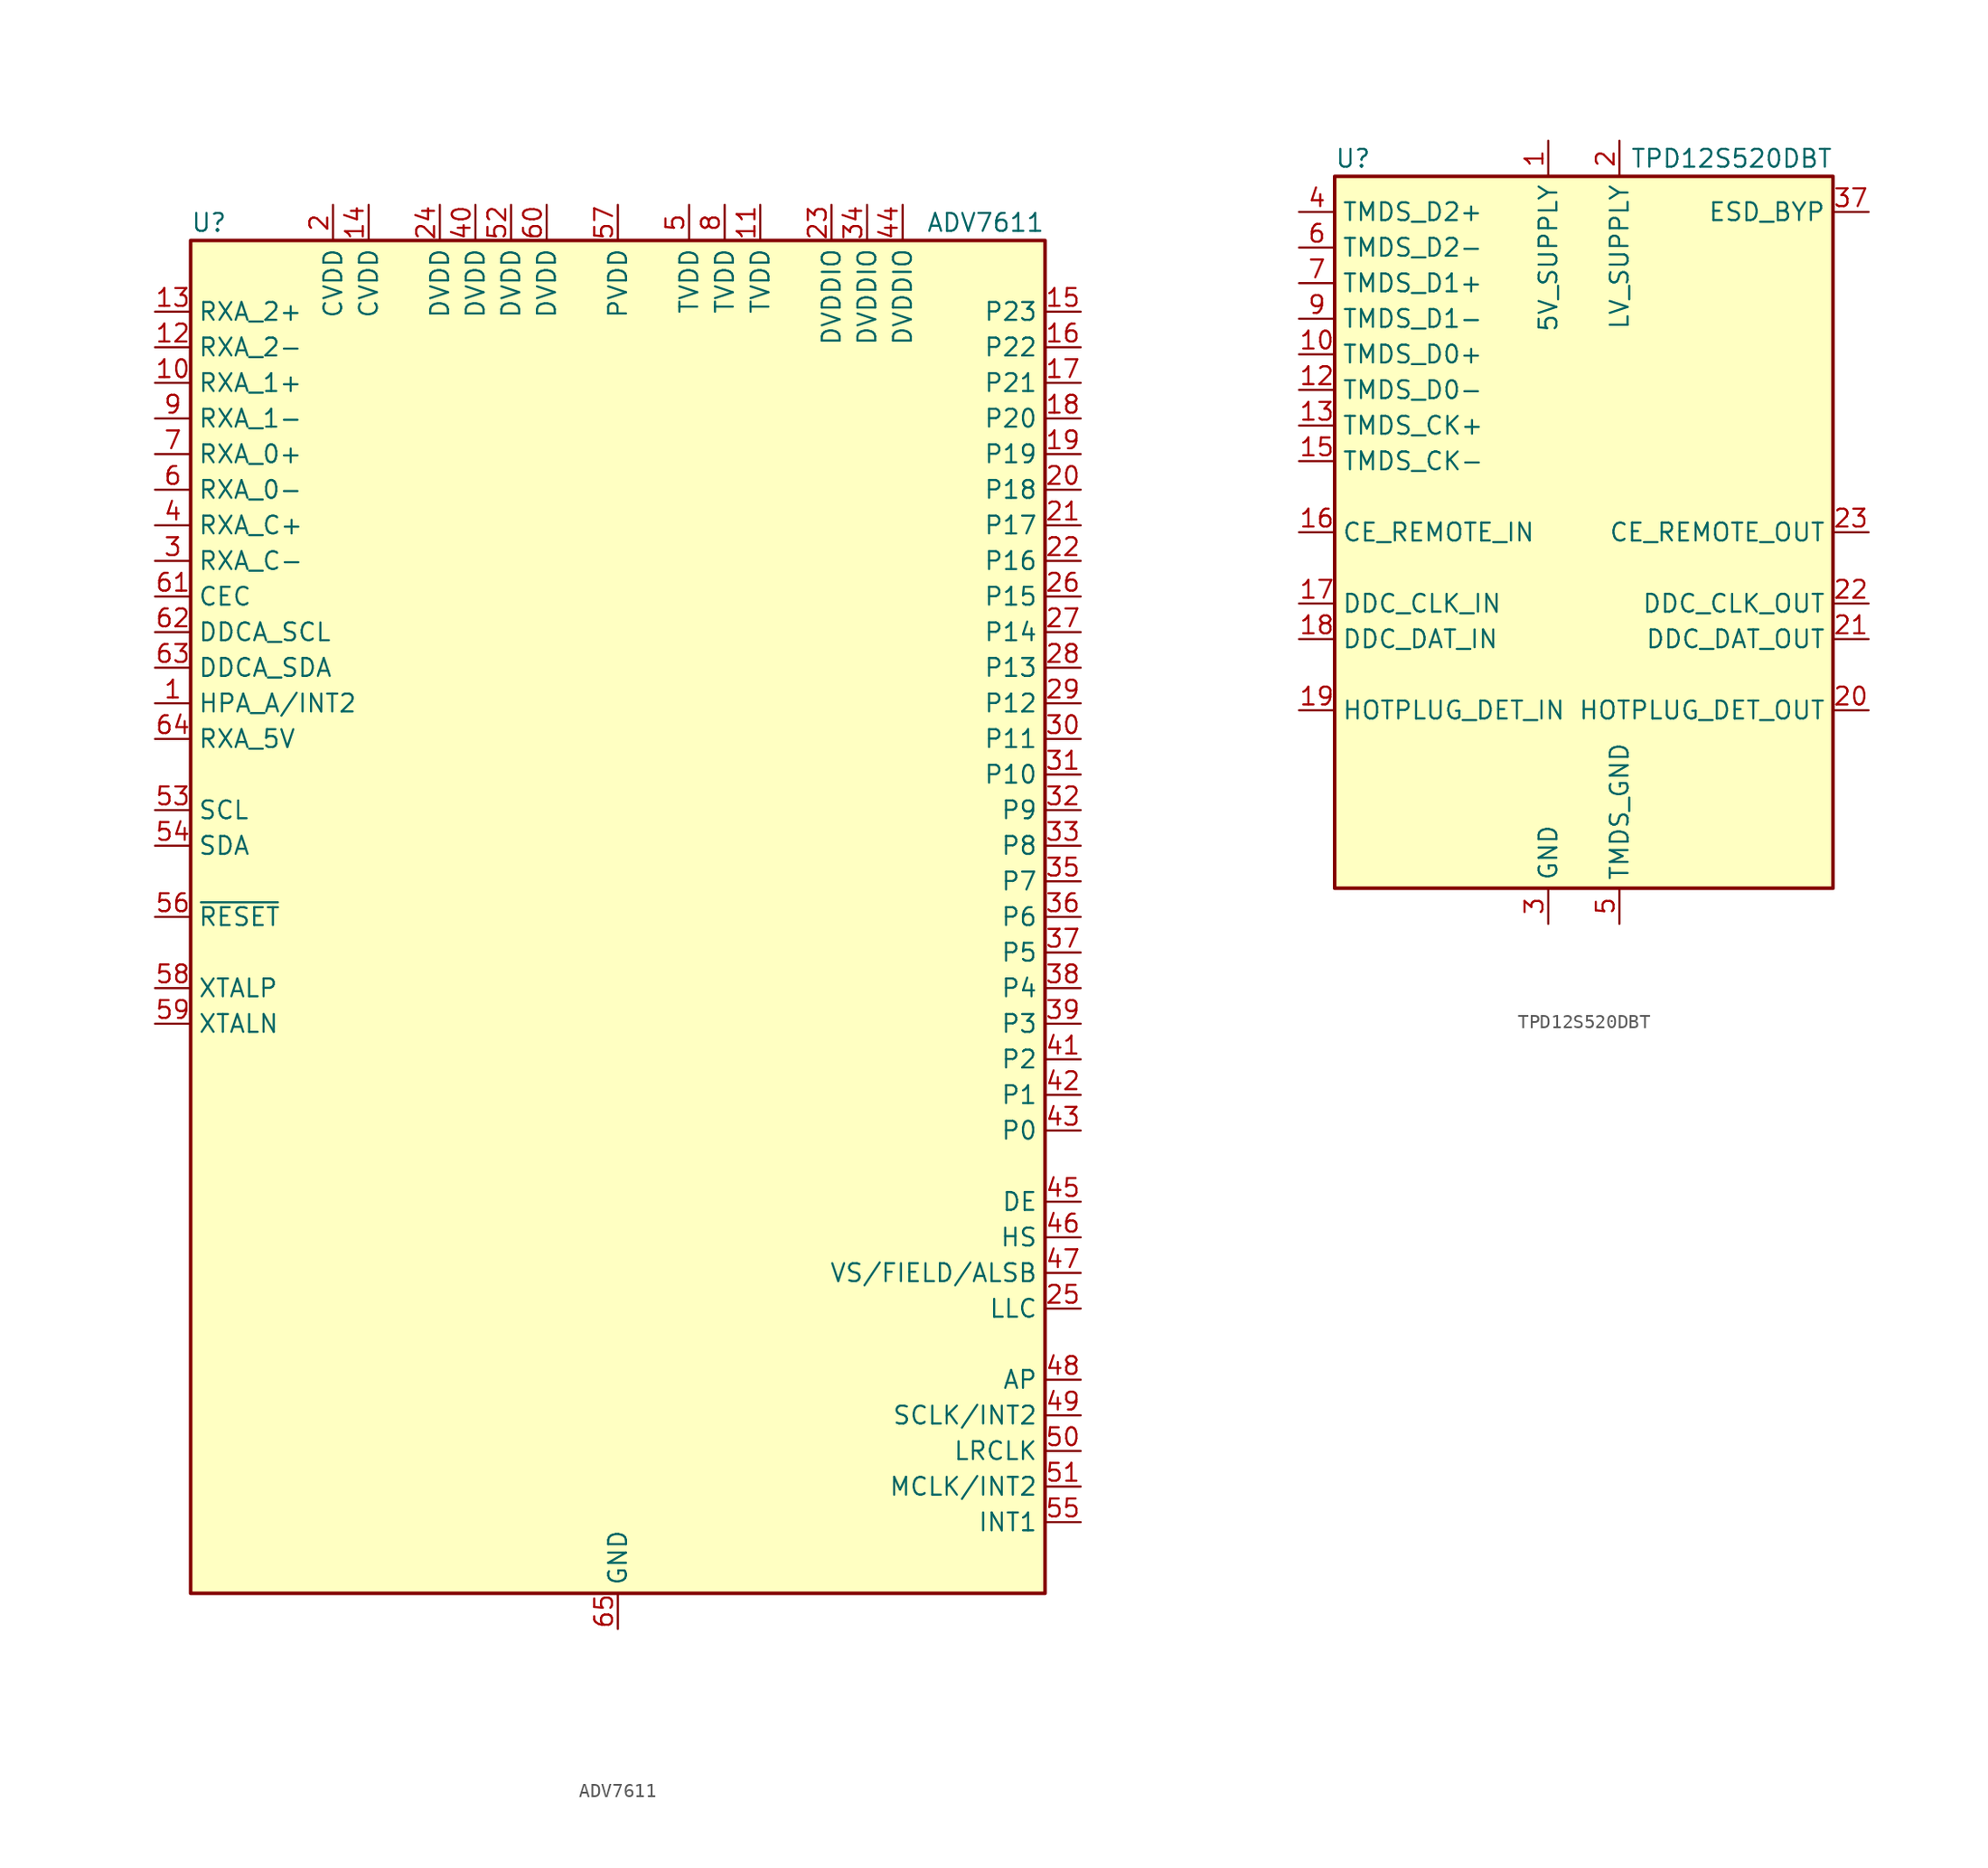
<source format=kicad_sym>
(kicad_symbol_lib
  (version 20201005)
  (generator kicad_symbol_editor)
  (symbol "Interface_HDMI:ADV7611"
    (property "Reference" "U"
      (at -30.48 49.53 0)
      (effects (font (size 1.27 1.27)) (justify left)))
    (property "Value" "ADV7611"
      (at 30.48 49.53 0)
      (effects (font (size 1.27 1.27)) (justify right)))
    (symbol "ADV7611_0_1"
      (rectangle (start -30.48 48.26) (end 30.48 -48.26) (stroke (width 0.254)) (fill (type background))))
    (symbol "ADV7611_1_1"
      (pin bidirectional line (at -33.02 15.24 0) (length 2.54) (name "HPA_A/INT2" (effects (font (size 1.27 1.27)))) (number "1" (effects (font (size 1.27 1.27)))))
      (pin input line (at -33.02 38.1 0) (length 2.54) (name "RXA_1+" (effects (font (size 1.27 1.27)))) (number "10" (effects (font (size 1.27 1.27)))))
      (pin power_in line (at 10.16 50.8 270) (length 2.54) (name "TVDD" (effects (font (size 1.27 1.27)))) (number "11" (effects (font (size 1.27 1.27)))))
      (pin input line (at -33.02 40.64 0) (length 2.54) (name "RXA_2−" (effects (font (size 1.27 1.27)))) (number "12" (effects (font (size 1.27 1.27)))))
      (pin input line (at -33.02 43.18 0) (length 2.54) (name "RXA_2+" (effects (font (size 1.27 1.27)))) (number "13" (effects (font (size 1.27 1.27)))))
      (pin power_in line (at -17.78 50.8 270) (length 2.54) (name "CVDD" (effects (font (size 1.27 1.27)))) (number "14" (effects (font (size 1.27 1.27)))))
      (pin output line (at 33.02 43.18 180) (length 2.54) (name "P23" (effects (font (size 1.27 1.27)))) (number "15" (effects (font (size 1.27 1.27)))))
      (pin output line (at 33.02 40.64 180) (length 2.54) (name "P22" (effects (font (size 1.27 1.27)))) (number "16" (effects (font (size 1.27 1.27)))))
      (pin output line (at 33.02 38.1 180) (length 2.54) (name "P21" (effects (font (size 1.27 1.27)))) (number "17" (effects (font (size 1.27 1.27)))))
      (pin output line (at 33.02 35.56 180) (length 2.54) (name "P20" (effects (font (size 1.27 1.27)))) (number "18" (effects (font (size 1.27 1.27)))))
      (pin output line (at 33.02 33.02 180) (length 2.54) (name "P19" (effects (font (size 1.27 1.27)))) (number "19" (effects (font (size 1.27 1.27)))))
      (pin power_in line (at -20.32 50.8 270) (length 2.54) (name "CVDD" (effects (font (size 1.27 1.27)))) (number "2" (effects (font (size 1.27 1.27)))))
      (pin output line (at 33.02 30.48 180) (length 2.54) (name "P18" (effects (font (size 1.27 1.27)))) (number "20" (effects (font (size 1.27 1.27)))))
      (pin output line (at 33.02 27.94 180) (length 2.54) (name "P17" (effects (font (size 1.27 1.27)))) (number "21" (effects (font (size 1.27 1.27)))))
      (pin output line (at 33.02 25.4 180) (length 2.54) (name "P16" (effects (font (size 1.27 1.27)))) (number "22" (effects (font (size 1.27 1.27)))))
      (pin power_in line (at 15.24 50.8 270) (length 2.54) (name "DVDDIO" (effects (font (size 1.27 1.27)))) (number "23" (effects (font (size 1.27 1.27)))))
      (pin power_in line (at -12.7 50.8 270) (length 2.54) (name "DVDD" (effects (font (size 1.27 1.27)))) (number "24" (effects (font (size 1.27 1.27)))))
      (pin output line (at 33.02 -27.94 180) (length 2.54) (name "LLC" (effects (font (size 1.27 1.27)))) (number "25" (effects (font (size 1.27 1.27)))))
      (pin output line (at 33.02 22.86 180) (length 2.54) (name "P15" (effects (font (size 1.27 1.27)))) (number "26" (effects (font (size 1.27 1.27)))))
      (pin output line (at 33.02 20.32 180) (length 2.54) (name "P14" (effects (font (size 1.27 1.27)))) (number "27" (effects (font (size 1.27 1.27)))))
      (pin output line (at 33.02 17.78 180) (length 2.54) (name "P13" (effects (font (size 1.27 1.27)))) (number "28" (effects (font (size 1.27 1.27)))))
      (pin output line (at 33.02 15.24 180) (length 2.54) (name "P12" (effects (font (size 1.27 1.27)))) (number "29" (effects (font (size 1.27 1.27)))))
      (pin input line (at -33.02 25.4 0) (length 2.54) (name "RXA_C−" (effects (font (size 1.27 1.27)))) (number "3" (effects (font (size 1.27 1.27)))))
      (pin output line (at 33.02 12.7 180) (length 2.54) (name "P11" (effects (font (size 1.27 1.27)))) (number "30" (effects (font (size 1.27 1.27)))))
      (pin output line (at 33.02 10.16 180) (length 2.54) (name "P10" (effects (font (size 1.27 1.27)))) (number "31" (effects (font (size 1.27 1.27)))))
      (pin output line (at 33.02 7.62 180) (length 2.54) (name "P9" (effects (font (size 1.27 1.27)))) (number "32" (effects (font (size 1.27 1.27)))))
      (pin output line (at 33.02 5.08 180) (length 2.54) (name "P8" (effects (font (size 1.27 1.27)))) (number "33" (effects (font (size 1.27 1.27)))))
      (pin power_in line (at 17.78 50.8 270) (length 2.54) (name "DVDDIO" (effects (font (size 1.27 1.27)))) (number "34" (effects (font (size 1.27 1.27)))))
      (pin output line (at 33.02 2.54 180) (length 2.54) (name "P7" (effects (font (size 1.27 1.27)))) (number "35" (effects (font (size 1.27 1.27)))))
      (pin output line (at 33.02 0 180) (length 2.54) (name "P6" (effects (font (size 1.27 1.27)))) (number "36" (effects (font (size 1.27 1.27)))))
      (pin output line (at 33.02 -2.54 180) (length 2.54) (name "P5" (effects (font (size 1.27 1.27)))) (number "37" (effects (font (size 1.27 1.27)))))
      (pin output line (at 33.02 -5.08 180) (length 2.54) (name "P4" (effects (font (size 1.27 1.27)))) (number "38" (effects (font (size 1.27 1.27)))))
      (pin output line (at 33.02 -7.62 180) (length 2.54) (name "P3" (effects (font (size 1.27 1.27)))) (number "39" (effects (font (size 1.27 1.27)))))
      (pin input line (at -33.02 27.94 0) (length 2.54) (name "RXA_C+" (effects (font (size 1.27 1.27)))) (number "4" (effects (font (size 1.27 1.27)))))
      (pin power_in line (at -10.16 50.8 270) (length 2.54) (name "DVDD" (effects (font (size 1.27 1.27)))) (number "40" (effects (font (size 1.27 1.27)))))
      (pin output line (at 33.02 -10.16 180) (length 2.54) (name "P2" (effects (font (size 1.27 1.27)))) (number "41" (effects (font (size 1.27 1.27)))))
      (pin output line (at 33.02 -12.7 180) (length 2.54) (name "P1" (effects (font (size 1.27 1.27)))) (number "42" (effects (font (size 1.27 1.27)))))
      (pin output line (at 33.02 -15.24 180) (length 2.54) (name "P0" (effects (font (size 1.27 1.27)))) (number "43" (effects (font (size 1.27 1.27)))))
      (pin power_in line (at 20.32 50.8 270) (length 2.54) (name "DVDDIO" (effects (font (size 1.27 1.27)))) (number "44" (effects (font (size 1.27 1.27)))))
      (pin output line (at 33.02 -20.32 180) (length 2.54) (name "DE" (effects (font (size 1.27 1.27)))) (number "45" (effects (font (size 1.27 1.27)))))
      (pin output line (at 33.02 -22.86 180) (length 2.54) (name "HS" (effects (font (size 1.27 1.27)))) (number "46" (effects (font (size 1.27 1.27)))))
      (pin bidirectional line (at 33.02 -25.4 180) (length 2.54) (name "VS/FIELD/ALSB" (effects (font (size 1.27 1.27)))) (number "47" (effects (font (size 1.27 1.27)))))
      (pin output line (at 33.02 -33.02 180) (length 2.54) (name "AP" (effects (font (size 1.27 1.27)))) (number "48" (effects (font (size 1.27 1.27)))))
      (pin output line (at 33.02 -35.56 180) (length 2.54) (name "SCLK/INT2" (effects (font (size 1.27 1.27)))) (number "49" (effects (font (size 1.27 1.27)))))
      (pin power_in line (at 5.08 50.8 270) (length 2.54) (name "TVDD" (effects (font (size 1.27 1.27)))) (number "5" (effects (font (size 1.27 1.27)))))
      (pin output line (at 33.02 -38.1 180) (length 2.54) (name "LRCLK" (effects (font (size 1.27 1.27)))) (number "50" (effects (font (size 1.27 1.27)))))
      (pin output line (at 33.02 -40.64 180) (length 2.54) (name "MCLK/INT2" (effects (font (size 1.27 1.27)))) (number "51" (effects (font (size 1.27 1.27)))))
      (pin power_in line (at -7.62 50.8 270) (length 2.54) (name "DVDD" (effects (font (size 1.27 1.27)))) (number "52" (effects (font (size 1.27 1.27)))))
      (pin input line (at -33.02 7.62 0) (length 2.54) (name "SCL" (effects (font (size 1.27 1.27)))) (number "53" (effects (font (size 1.27 1.27)))))
      (pin bidirectional line (at -33.02 5.08 0) (length 2.54) (name "SDA" (effects (font (size 1.27 1.27)))) (number "54" (effects (font (size 1.27 1.27)))))
      (pin output line (at 33.02 -43.18 180) (length 2.54) (name "INT1" (effects (font (size 1.27 1.27)))) (number "55" (effects (font (size 1.27 1.27)))))
      (pin input line (at -33.02 0 0) (length 2.54) (name "~RESET" (effects (font (size 1.27 1.27)))) (number "56" (effects (font (size 1.27 1.27)))))
      (pin power_in line (at 0 50.8 270) (length 2.54) (name "PVDD" (effects (font (size 1.27 1.27)))) (number "57" (effects (font (size 1.27 1.27)))))
      (pin input line (at -33.02 -5.08 0) (length 2.54) (name "XTALP" (effects (font (size 1.27 1.27)))) (number "58" (effects (font (size 1.27 1.27)))))
      (pin input line (at -33.02 -7.62 0) (length 2.54) (name "XTALN" (effects (font (size 1.27 1.27)))) (number "59" (effects (font (size 1.27 1.27)))))
      (pin input line (at -33.02 30.48 0) (length 2.54) (name "RXA_0−" (effects (font (size 1.27 1.27)))) (number "6" (effects (font (size 1.27 1.27)))))
      (pin power_in line (at -5.08 50.8 270) (length 2.54) (name "DVDD" (effects (font (size 1.27 1.27)))) (number "60" (effects (font (size 1.27 1.27)))))
      (pin bidirectional line (at -33.02 22.86 0) (length 2.54) (name "CEC" (effects (font (size 1.27 1.27)))) (number "61" (effects (font (size 1.27 1.27)))))
      (pin input line (at -33.02 20.32 0) (length 2.54) (name "DDCA_SCL" (effects (font (size 1.27 1.27)))) (number "62" (effects (font (size 1.27 1.27)))))
      (pin bidirectional line (at -33.02 17.78 0) (length 2.54) (name "DDCA_SDA" (effects (font (size 1.27 1.27)))) (number "63" (effects (font (size 1.27 1.27)))))
      (pin input line (at -33.02 12.7 0) (length 2.54) (name "RXA_5V" (effects (font (size 1.27 1.27)))) (number "64" (effects (font (size 1.27 1.27)))))
      (pin power_in line (at 0 -50.8 90) (length 2.54) (name "GND" (effects (font (size 1.27 1.27)))) (number "65" (effects (font (size 1.27 1.27)))))
      (pin input line (at -33.02 33.02 0) (length 2.54) (name "RXA_0+" (effects (font (size 1.27 1.27)))) (number "7" (effects (font (size 1.27 1.27)))))
      (pin power_in line (at 7.62 50.8 270) (length 2.54) (name "TVDD" (effects (font (size 1.27 1.27)))) (number "8" (effects (font (size 1.27 1.27)))))
      (pin input line (at -33.02 35.56 0) (length 2.54) (name "RXA_1−" (effects (font (size 1.27 1.27)))) (number "9" (effects (font (size 1.27 1.27)))))))
  (symbol "Interface_HDMI:TPD12S520DBT"
    (property "Reference" "U"
      (at -17.78 26.67 0)
      (effects (font (size 1.27 1.27)) (justify left)))
    (property "Value" "TPD12S520DBT"
      (at 17.78 26.67 0)
      (effects (font (size 1.27 1.27)) (justify right)))
    (symbol "TPD12S520DBT_0_1"
      (rectangle (start -17.78 25.4) (end 17.78 -25.4) (stroke (width 0.254)) (fill (type background))))
    (symbol "TPD12S520DBT_1_1"
      (pin power_in line (at -2.54 27.94 270) (length 2.54) (name "5V_SUPPLY" (effects (font (size 1.27 1.27)))) (number "1" (effects (font (size 1.27 1.27)))))
      (pin passive line (at -20.32 12.7 0) (length 2.54) (name "TMDS_D0+" (effects (font (size 1.27 1.27)))) (number "10" (effects (font (size 1.27 1.27)))))
      (pin passive line (at 2.54 -27.94 90) (length 2.54) hide (name "TMDS_GND" (effects (font (size 1.27 1.27)))) (number "11" (effects (font (size 1.27 1.27)))))
      (pin passive line (at -20.32 10.16 0) (length 2.54) (name "TMDS_D0-" (effects (font (size 1.27 1.27)))) (number "12" (effects (font (size 1.27 1.27)))))
      (pin passive line (at -20.32 7.62 0) (length 2.54) (name "TMDS_CK+" (effects (font (size 1.27 1.27)))) (number "13" (effects (font (size 1.27 1.27)))))
      (pin passive line (at 2.54 -27.94 90) (length 2.54) hide (name "TMDS_GND" (effects (font (size 1.27 1.27)))) (number "14" (effects (font (size 1.27 1.27)))))
      (pin passive line (at -20.32 5.08 0) (length 2.54) (name "TMDS_CK-" (effects (font (size 1.27 1.27)))) (number "15" (effects (font (size 1.27 1.27)))))
      (pin bidirectional line (at -20.32 0 0) (length 2.54) (name "CE_REMOTE_IN" (effects (font (size 1.27 1.27)))) (number "16" (effects (font (size 1.27 1.27)))))
      (pin bidirectional line (at -20.32 -5.08 0) (length 2.54) (name "DDC_CLK_IN" (effects (font (size 1.27 1.27)))) (number "17" (effects (font (size 1.27 1.27)))))
      (pin bidirectional line (at -20.32 -7.62 0) (length 2.54) (name "DDC_DAT_IN" (effects (font (size 1.27 1.27)))) (number "18" (effects (font (size 1.27 1.27)))))
      (pin bidirectional line (at -20.32 -12.7 0) (length 2.54) (name "HOTPLUG_DET_IN" (effects (font (size 1.27 1.27)))) (number "19" (effects (font (size 1.27 1.27)))))
      (pin power_in line (at 2.54 27.94 270) (length 2.54) (name "LV_SUPPLY" (effects (font (size 1.27 1.27)))) (number "2" (effects (font (size 1.27 1.27)))))
      (pin bidirectional line (at 20.32 -12.7 180) (length 2.54) (name "HOTPLUG_DET_OUT" (effects (font (size 1.27 1.27)))) (number "20" (effects (font (size 1.27 1.27)))))
      (pin bidirectional line (at 20.32 -7.62 180) (length 2.54) (name "DDC_DAT_OUT" (effects (font (size 1.27 1.27)))) (number "21" (effects (font (size 1.27 1.27)))))
      (pin bidirectional line (at 20.32 -5.08 180) (length 2.54) (name "DDC_CLK_OUT" (effects (font (size 1.27 1.27)))) (number "22" (effects (font (size 1.27 1.27)))))
      (pin bidirectional line (at 20.32 0 180) (length 2.54) (name "CE_REMOTE_OUT" (effects (font (size 1.27 1.27)))) (number "23" (effects (font (size 1.27 1.27)))))
      (pin passive line (at -20.32 5.08 0) (length 2.54) hide (name "TMDS_CK-" (effects (font (size 1.27 1.27)))) (number "24" (effects (font (size 1.27 1.27)))))
      (pin passive line (at 2.54 -27.94 90) (length 2.54) hide (name "TMDS_GND" (effects (font (size 1.27 1.27)))) (number "25" (effects (font (size 1.27 1.27)))))
      (pin passive line (at -20.32 7.62 0) (length 2.54) hide (name "TMDS_CK+" (effects (font (size 1.27 1.27)))) (number "26" (effects (font (size 1.27 1.27)))))
      (pin passive line (at -20.32 10.16 0) (length 2.54) hide (name "TMDS_D0-" (effects (font (size 1.27 1.27)))) (number "27" (effects (font (size 1.27 1.27)))))
      (pin passive line (at 2.54 -27.94 90) (length 2.54) hide (name "TMDS_GND" (effects (font (size 1.27 1.27)))) (number "28" (effects (font (size 1.27 1.27)))))
      (pin passive line (at -20.32 12.7 0) (length 2.54) hide (name "TMDS_D0+" (effects (font (size 1.27 1.27)))) (number "29" (effects (font (size 1.27 1.27)))))
      (pin power_in line (at -2.54 -27.94 90) (length 2.54) (name "GND" (effects (font (size 1.27 1.27)))) (number "3" (effects (font (size 1.27 1.27)))))
      (pin passive line (at -20.32 15.24 0) (length 2.54) hide (name "TMDS_D1-" (effects (font (size 1.27 1.27)))) (number "30" (effects (font (size 1.27 1.27)))))
      (pin passive line (at 2.54 -27.94 90) (length 2.54) hide (name "TMDS_GND" (effects (font (size 1.27 1.27)))) (number "31" (effects (font (size 1.27 1.27)))))
      (pin passive line (at -20.32 17.78 0) (length 2.54) hide (name "TMDS_D1+" (effects (font (size 1.27 1.27)))) (number "32" (effects (font (size 1.27 1.27)))))
      (pin passive line (at -20.32 20.32 0) (length 2.54) hide (name "TMDS_D2-" (effects (font (size 1.27 1.27)))) (number "33" (effects (font (size 1.27 1.27)))))
      (pin passive line (at 2.54 -27.94 90) (length 2.54) hide (name "TMDS_GND" (effects (font (size 1.27 1.27)))) (number "34" (effects (font (size 1.27 1.27)))))
      (pin passive line (at -20.32 22.86 0) (length 2.54) hide (name "TMDS_D2+" (effects (font (size 1.27 1.27)))) (number "35" (effects (font (size 1.27 1.27)))))
      (pin passive line (at -2.54 -27.94 90) (length 2.54) hide (name "GND" (effects (font (size 1.27 1.27)))) (number "36" (effects (font (size 1.27 1.27)))))
      (pin passive line (at 20.32 22.86 180) (length 2.54) (name "ESD_BYP" (effects (font (size 1.27 1.27)))) (number "37" (effects (font (size 1.27 1.27)))))
      (pin no_connect line (at 17.78 20.32 180) (length 2.54) hide (name "NC" (effects (font (size 1.27 1.27)))) (number "38" (effects (font (size 1.27 1.27)))))
      (pin passive line (at -20.32 22.86 0) (length 2.54) (name "TMDS_D2+" (effects (font (size 1.27 1.27)))) (number "4" (effects (font (size 1.27 1.27)))))
      (pin passive line (at 2.54 -27.94 90) (length 2.54) (name "TMDS_GND" (effects (font (size 1.27 1.27)))) (number "5" (effects (font (size 1.27 1.27)))))
      (pin passive line (at -20.32 20.32 0) (length 2.54) (name "TMDS_D2-" (effects (font (size 1.27 1.27)))) (number "6" (effects (font (size 1.27 1.27)))))
      (pin passive line (at -20.32 17.78 0) (length 2.54) (name "TMDS_D1+" (effects (font (size 1.27 1.27)))) (number "7" (effects (font (size 1.27 1.27)))))
      (pin passive line (at 2.54 -27.94 90) (length 2.54) hide (name "TMDS_GND" (effects (font (size 1.27 1.27)))) (number "8" (effects (font (size 1.27 1.27)))))
      (pin passive line (at -20.32 15.24 0) (length 2.54) (name "TMDS_D1-" (effects (font (size 1.27 1.27)))) (number "9" (effects (font (size 1.27 1.27))))))))
</source>
